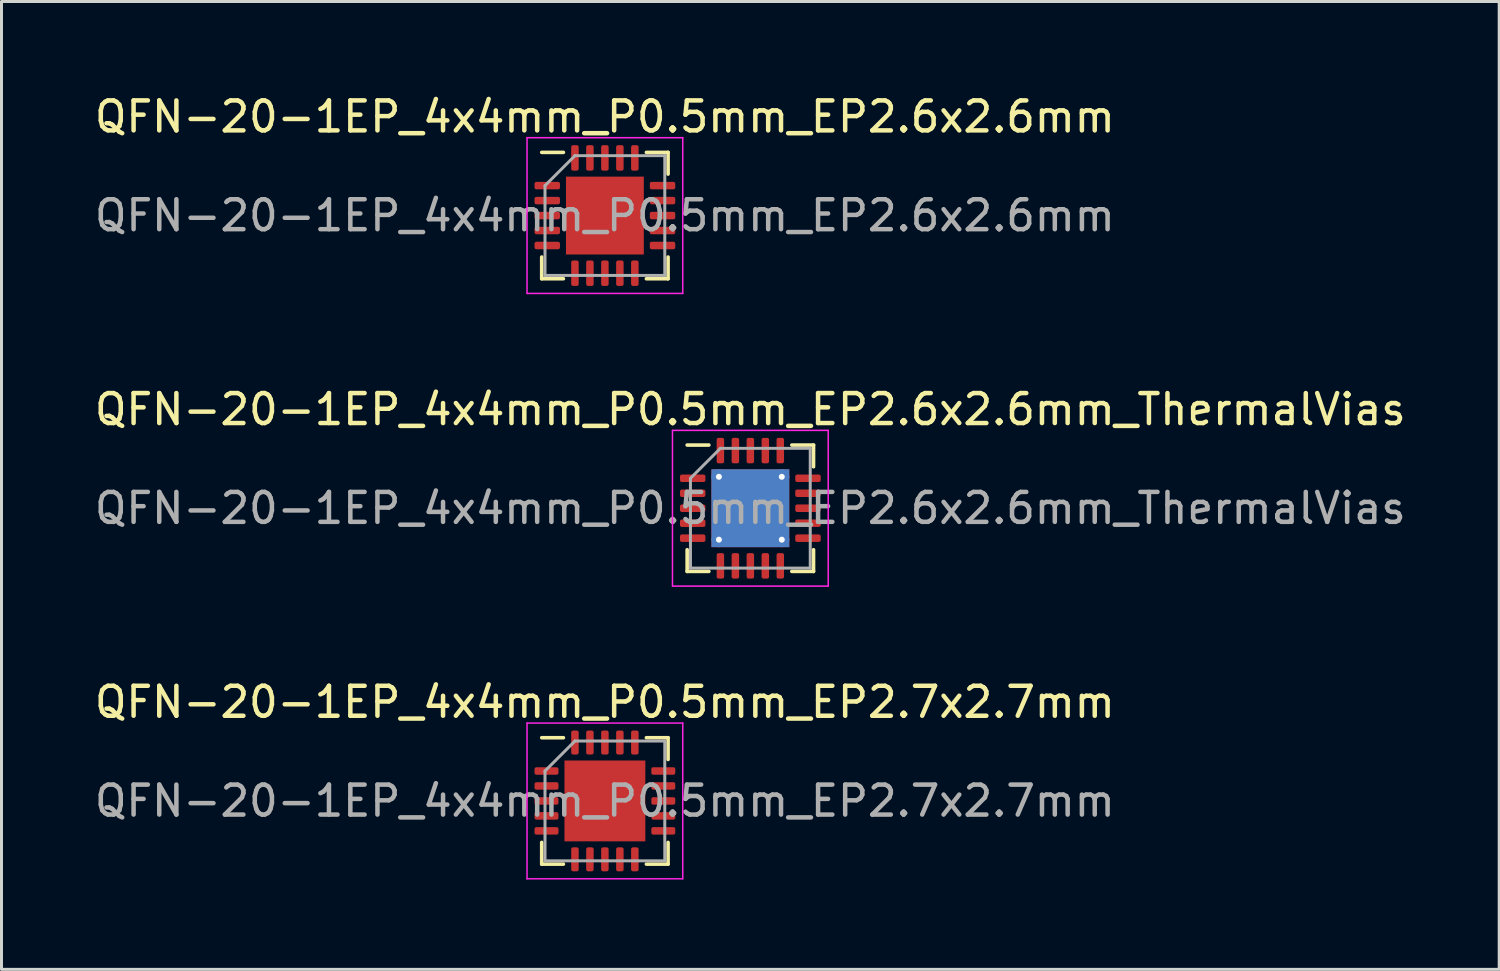
<source format=kicad_pcb>
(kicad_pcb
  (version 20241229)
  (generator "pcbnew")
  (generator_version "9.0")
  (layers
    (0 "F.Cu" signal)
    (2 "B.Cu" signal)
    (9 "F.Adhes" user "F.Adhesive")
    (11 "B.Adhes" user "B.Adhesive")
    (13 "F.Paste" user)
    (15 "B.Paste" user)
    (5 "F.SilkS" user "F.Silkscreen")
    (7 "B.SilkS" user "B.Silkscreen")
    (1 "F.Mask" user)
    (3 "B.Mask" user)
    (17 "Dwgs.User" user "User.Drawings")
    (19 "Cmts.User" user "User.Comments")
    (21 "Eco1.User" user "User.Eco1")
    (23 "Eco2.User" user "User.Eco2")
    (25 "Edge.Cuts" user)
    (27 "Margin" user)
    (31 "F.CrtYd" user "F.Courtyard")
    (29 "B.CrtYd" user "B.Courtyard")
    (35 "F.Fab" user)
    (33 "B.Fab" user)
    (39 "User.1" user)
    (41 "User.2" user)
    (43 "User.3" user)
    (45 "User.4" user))
  (footprint "QFN-20-1EP_4x4mm_P0.5mm_EP2.7x2.7mm"
    (layer "F.Cu")
    (at 17.149 23.695)
    (property "Reference" "QFN-20-1EP_4x4mm_P0.5mm_EP2.7x2.7mm" (at 0 -3.3 0) (layer "F.SilkS") (effects (font (size 1 1) (thickness 0.15))))
    (attr smd)
    (fp_line (start -2.11 2.11) (end -2.11 1.385) (stroke (width 0.12) (type solid)) (layer "F.SilkS"))
    (fp_line (start -1.385 -2.11) (end -2.11 -2.11) (stroke (width 0.12) (type solid)) (layer "F.SilkS"))
    (fp_line (start -1.385 2.11) (end -2.11 2.11) (stroke (width 0.12) (type solid)) (layer "F.SilkS"))
    (fp_line (start 1.385 -2.11) (end 2.11 -2.11) (stroke (width 0.12) (type solid)) (layer "F.SilkS"))
    (fp_line (start 1.385 2.11) (end 2.11 2.11) (stroke (width 0.12) (type solid)) (layer "F.SilkS"))
    (fp_line (start 2.11 -2.11) (end 2.11 -1.385) (stroke (width 0.12) (type solid)) (layer "F.SilkS"))
    (fp_line (start 2.11 2.11) (end 2.11 1.385) (stroke (width 0.12) (type solid)) (layer "F.SilkS"))
    (fp_line (start -2.6 -2.6) (end -2.6 2.6) (stroke (width 0.05) (type solid)) (layer "F.CrtYd"))
    (fp_line (start -2.6 2.6) (end 2.6 2.6) (stroke (width 0.05) (type solid)) (layer "F.CrtYd"))
    (fp_line (start 2.6 -2.6) (end -2.6 -2.6) (stroke (width 0.05) (type solid)) (layer "F.CrtYd"))
    (fp_line (start 2.6 2.6) (end 2.6 -2.6) (stroke (width 0.05) (type solid)) (layer "F.CrtYd"))
    (fp_line (start -2 -1) (end -1 -2) (stroke (width 0.1) (type solid)) (layer "F.Fab"))
    (fp_line (start -2 2) (end -2 -1) (stroke (width 0.1) (type solid)) (layer "F.Fab"))
    (fp_line (start -1 -2) (end 2 -2) (stroke (width 0.1) (type solid)) (layer "F.Fab"))
    (fp_line (start 2 -2) (end 2 2) (stroke (width 0.1) (type solid)) (layer "F.Fab"))
    (fp_line (start 2 2) (end -2 2) (stroke (width 0.1) (type solid)) (layer "F.Fab"))
    (fp_text user "${REFERENCE}" (at 0 0 0) (layer "F.Fab") (effects (font (size 1 1) (thickness 0.15))))
    (pad "" smd roundrect (at -0.675 -0.675) (size 1.09 1.09) (layers "F.Paste") (roundrect_rratio 0.229))
    (pad "" smd roundrect (at -0.675 0.675) (size 1.09 1.09) (layers "F.Paste") (roundrect_rratio 0.229))
    (pad "" smd roundrect (at 0.675 -0.675) (size 1.09 1.09) (layers "F.Paste") (roundrect_rratio 0.229))
    (pad "" smd roundrect (at 0.675 0.675) (size 1.09 1.09) (layers "F.Paste") (roundrect_rratio 0.229))
    (pad "1" smd roundrect (at -1.95 -1) (size 0.8 0.25) (layers "F.Cu" "F.Mask" "F.Paste") (roundrect_rratio 0.25))
    (pad "2" smd roundrect (at -1.95 -0.5) (size 0.8 0.25) (layers "F.Cu" "F.Mask" "F.Paste") (roundrect_rratio 0.25))
    (pad "3" smd roundrect (at -1.95 0) (size 0.8 0.25) (layers "F.Cu" "F.Mask" "F.Paste") (roundrect_rratio 0.25))
    (pad "4" smd roundrect (at -1.95 0.5) (size 0.8 0.25) (layers "F.Cu" "F.Mask" "F.Paste") (roundrect_rratio 0.25))
    (pad "5" smd roundrect (at -1.95 1) (size 0.8 0.25) (layers "F.Cu" "F.Mask" "F.Paste") (roundrect_rratio 0.25))
    (pad "6" smd roundrect (at -1 1.95) (size 0.25 0.8) (layers "F.Cu" "F.Mask" "F.Paste") (roundrect_rratio 0.25))
    (pad "7" smd roundrect (at -0.5 1.95) (size 0.25 0.8) (layers "F.Cu" "F.Mask" "F.Paste") (roundrect_rratio 0.25))
    (pad "8" smd roundrect (at 0 1.95) (size 0.25 0.8) (layers "F.Cu" "F.Mask" "F.Paste") (roundrect_rratio 0.25))
    (pad "9" smd roundrect (at 0.5 1.95) (size 0.25 0.8) (layers "F.Cu" "F.Mask" "F.Paste") (roundrect_rratio 0.25))
    (pad "10" smd roundrect (at 1 1.95) (size 0.25 0.8) (layers "F.Cu" "F.Mask" "F.Paste") (roundrect_rratio 0.25))
    (pad "11" smd roundrect (at 1.95 1) (size 0.8 0.25) (layers "F.Cu" "F.Mask" "F.Paste") (roundrect_rratio 0.25))
    (pad "12" smd roundrect (at 1.95 0.5) (size 0.8 0.25) (layers "F.Cu" "F.Mask" "F.Paste") (roundrect_rratio 0.25))
    (pad "13" smd roundrect (at 1.95 0) (size 0.8 0.25) (layers "F.Cu" "F.Mask" "F.Paste") (roundrect_rratio 0.25))
    (pad "14" smd roundrect (at 1.95 -0.5) (size 0.8 0.25) (layers "F.Cu" "F.Mask" "F.Paste") (roundrect_rratio 0.25))
    (pad "15" smd roundrect (at 1.95 -1) (size 0.8 0.25) (layers "F.Cu" "F.Mask" "F.Paste") (roundrect_rratio 0.25))
    (pad "16" smd roundrect (at 1 -1.95) (size 0.25 0.8) (layers "F.Cu" "F.Mask" "F.Paste") (roundrect_rratio 0.25))
    (pad "17" smd roundrect (at 0.5 -1.95) (size 0.25 0.8) (layers "F.Cu" "F.Mask" "F.Paste") (roundrect_rratio 0.25))
    (pad "18" smd roundrect (at 0 -1.95) (size 0.25 0.8) (layers "F.Cu" "F.Mask" "F.Paste") (roundrect_rratio 0.25))
    (pad "19" smd roundrect (at -0.5 -1.95) (size 0.25 0.8) (layers "F.Cu" "F.Mask" "F.Paste") (roundrect_rratio 0.25))
    (pad "20" smd roundrect (at -1 -1.95) (size 0.25 0.8) (layers "F.Cu" "F.Mask" "F.Paste") (roundrect_rratio 0.25))
    (pad "21" smd rect (at 0 0) (size 2.7 2.7) (layers "F.Cu" "F.Mask")))
  (footprint "QFN-20-1EP_4x4mm_P0.5mm_EP2.6x2.6mm"
    (layer "F.Cu")
    (at 17.149 4.148)
    (property "Reference" "QFN-20-1EP_4x4mm_P0.5mm_EP2.6x2.6mm" (at 0 -3.3 0) (layer "F.SilkS") (effects (font (size 1 1) (thickness 0.15))))
    (attr smd)
    (fp_line (start -2.11 2.11) (end -2.11 1.385) (stroke (width 0.12) (type solid)) (layer "F.SilkS"))
    (fp_line (start -1.385 -2.11) (end -2.11 -2.11) (stroke (width 0.12) (type solid)) (layer "F.SilkS"))
    (fp_line (start -1.385 2.11) (end -2.11 2.11) (stroke (width 0.12) (type solid)) (layer "F.SilkS"))
    (fp_line (start 1.385 -2.11) (end 2.11 -2.11) (stroke (width 0.12) (type solid)) (layer "F.SilkS"))
    (fp_line (start 1.385 2.11) (end 2.11 2.11) (stroke (width 0.12) (type solid)) (layer "F.SilkS"))
    (fp_line (start 2.11 -2.11) (end 2.11 -1.385) (stroke (width 0.12) (type solid)) (layer "F.SilkS"))
    (fp_line (start 2.11 2.11) (end 2.11 1.385) (stroke (width 0.12) (type solid)) (layer "F.SilkS"))
    (fp_line (start -2.6 -2.6) (end -2.6 2.6) (stroke (width 0.05) (type solid)) (layer "F.CrtYd"))
    (fp_line (start -2.6 2.6) (end 2.6 2.6) (stroke (width 0.05) (type solid)) (layer "F.CrtYd"))
    (fp_line (start 2.6 -2.6) (end -2.6 -2.6) (stroke (width 0.05) (type solid)) (layer "F.CrtYd"))
    (fp_line (start 2.6 2.6) (end 2.6 -2.6) (stroke (width 0.05) (type solid)) (layer "F.CrtYd"))
    (fp_line (start -2 -1) (end -1 -2) (stroke (width 0.1) (type solid)) (layer "F.Fab"))
    (fp_line (start -2 2) (end -2 -1) (stroke (width 0.1) (type solid)) (layer "F.Fab"))
    (fp_line (start -1 -2) (end 2 -2) (stroke (width 0.1) (type solid)) (layer "F.Fab"))
    (fp_line (start 2 -2) (end 2 2) (stroke (width 0.1) (type solid)) (layer "F.Fab"))
    (fp_line (start 2 2) (end -2 2) (stroke (width 0.1) (type solid)) (layer "F.Fab"))
    (fp_text user "${REFERENCE}" (at 0 0 0) (layer "F.Fab") (effects (font (size 1 1) (thickness 0.15))))
    (pad "" smd roundrect (at -0.65 -0.65) (size 1.05 1.05) (layers "F.Paste") (roundrect_rratio 0.238))
    (pad "" smd roundrect (at -0.65 0.65) (size 1.05 1.05) (layers "F.Paste") (roundrect_rratio 0.238))
    (pad "" smd roundrect (at 0.65 -0.65) (size 1.05 1.05) (layers "F.Paste") (roundrect_rratio 0.238))
    (pad "" smd roundrect (at 0.65 0.65) (size 1.05 1.05) (layers "F.Paste") (roundrect_rratio 0.238))
    (pad "1" smd roundrect (at -1.925 -1) (size 0.85 0.25) (layers "F.Cu" "F.Mask" "F.Paste") (roundrect_rratio 0.25))
    (pad "2" smd roundrect (at -1.925 -0.5) (size 0.85 0.25) (layers "F.Cu" "F.Mask" "F.Paste") (roundrect_rratio 0.25))
    (pad "3" smd roundrect (at -1.925 0) (size 0.85 0.25) (layers "F.Cu" "F.Mask" "F.Paste") (roundrect_rratio 0.25))
    (pad "4" smd roundrect (at -1.925 0.5) (size 0.85 0.25) (layers "F.Cu" "F.Mask" "F.Paste") (roundrect_rratio 0.25))
    (pad "5" smd roundrect (at -1.925 1) (size 0.85 0.25) (layers "F.Cu" "F.Mask" "F.Paste") (roundrect_rratio 0.25))
    (pad "6" smd roundrect (at -1 1.925) (size 0.25 0.85) (layers "F.Cu" "F.Mask" "F.Paste") (roundrect_rratio 0.25))
    (pad "7" smd roundrect (at -0.5 1.925) (size 0.25 0.85) (layers "F.Cu" "F.Mask" "F.Paste") (roundrect_rratio 0.25))
    (pad "8" smd roundrect (at 0 1.925) (size 0.25 0.85) (layers "F.Cu" "F.Mask" "F.Paste") (roundrect_rratio 0.25))
    (pad "9" smd roundrect (at 0.5 1.925) (size 0.25 0.85) (layers "F.Cu" "F.Mask" "F.Paste") (roundrect_rratio 0.25))
    (pad "10" smd roundrect (at 1 1.925) (size 0.25 0.85) (layers "F.Cu" "F.Mask" "F.Paste") (roundrect_rratio 0.25))
    (pad "11" smd roundrect (at 1.925 1) (size 0.85 0.25) (layers "F.Cu" "F.Mask" "F.Paste") (roundrect_rratio 0.25))
    (pad "12" smd roundrect (at 1.925 0.5) (size 0.85 0.25) (layers "F.Cu" "F.Mask" "F.Paste") (roundrect_rratio 0.25))
    (pad "13" smd roundrect (at 1.925 0) (size 0.85 0.25) (layers "F.Cu" "F.Mask" "F.Paste") (roundrect_rratio 0.25))
    (pad "14" smd roundrect (at 1.925 -0.5) (size 0.85 0.25) (layers "F.Cu" "F.Mask" "F.Paste") (roundrect_rratio 0.25))
    (pad "15" smd roundrect (at 1.925 -1) (size 0.85 0.25) (layers "F.Cu" "F.Mask" "F.Paste") (roundrect_rratio 0.25))
    (pad "16" smd roundrect (at 1 -1.925) (size 0.25 0.85) (layers "F.Cu" "F.Mask" "F.Paste") (roundrect_rratio 0.25))
    (pad "17" smd roundrect (at 0.5 -1.925) (size 0.25 0.85) (layers "F.Cu" "F.Mask" "F.Paste") (roundrect_rratio 0.25))
    (pad "18" smd roundrect (at 0 -1.925) (size 0.25 0.85) (layers "F.Cu" "F.Mask" "F.Paste") (roundrect_rratio 0.25))
    (pad "19" smd roundrect (at -0.5 -1.925) (size 0.25 0.85) (layers "F.Cu" "F.Mask" "F.Paste") (roundrect_rratio 0.25))
    (pad "20" smd roundrect (at -1 -1.925) (size 0.25 0.85) (layers "F.Cu" "F.Mask" "F.Paste") (roundrect_rratio 0.25))
    (pad "21" smd rect (at 0 0) (size 2.6 2.6) (layers "F.Cu" "F.Mask")))
  (footprint "QFN-20-1EP_4x4mm_P0.5mm_EP2.6x2.6mm_ThermalVias"
    (layer "F.Cu")
    (at 22.006 13.921)
    (property "Reference" "QFN-20-1EP_4x4mm_P0.5mm_EP2.6x2.6mm_ThermalVias" (at 0 -3.3 0) (layer "F.SilkS") (effects (font (size 1 1) (thickness 0.15))))
    (attr smd)
    (fp_line (start -2.11 2.11) (end -2.11 1.385) (stroke (width 0.12) (type solid)) (layer "F.SilkS"))
    (fp_line (start -1.385 -2.11) (end -2.11 -2.11) (stroke (width 0.12) (type solid)) (layer "F.SilkS"))
    (fp_line (start -1.385 2.11) (end -2.11 2.11) (stroke (width 0.12) (type solid)) (layer "F.SilkS"))
    (fp_line (start 1.385 -2.11) (end 2.11 -2.11) (stroke (width 0.12) (type solid)) (layer "F.SilkS"))
    (fp_line (start 1.385 2.11) (end 2.11 2.11) (stroke (width 0.12) (type solid)) (layer "F.SilkS"))
    (fp_line (start 2.11 -2.11) (end 2.11 -1.385) (stroke (width 0.12) (type solid)) (layer "F.SilkS"))
    (fp_line (start 2.11 2.11) (end 2.11 1.385) (stroke (width 0.12) (type solid)) (layer "F.SilkS"))
    (fp_line (start -2.6 -2.6) (end -2.6 2.6) (stroke (width 0.05) (type solid)) (layer "F.CrtYd"))
    (fp_line (start -2.6 2.6) (end 2.6 2.6) (stroke (width 0.05) (type solid)) (layer "F.CrtYd"))
    (fp_line (start 2.6 -2.6) (end -2.6 -2.6) (stroke (width 0.05) (type solid)) (layer "F.CrtYd"))
    (fp_line (start 2.6 2.6) (end 2.6 -2.6) (stroke (width 0.05) (type solid)) (layer "F.CrtYd"))
    (fp_line (start -2 -1) (end -1 -2) (stroke (width 0.1) (type solid)) (layer "F.Fab"))
    (fp_line (start -2 2) (end -2 -1) (stroke (width 0.1) (type solid)) (layer "F.Fab"))
    (fp_line (start -1 -2) (end 2 -2) (stroke (width 0.1) (type solid)) (layer "F.Fab"))
    (fp_line (start 2 -2) (end 2 2) (stroke (width 0.1) (type solid)) (layer "F.Fab"))
    (fp_line (start 2 2) (end -2 2) (stroke (width 0.1) (type solid)) (layer "F.Fab"))
    (fp_text user "${REFERENCE}" (at 0 0 0) (layer "F.Fab") (effects (font (size 1 1) (thickness 0.15))))
    (pad "" smd roundrect (at -0.65 -0.65) (size 1.13 1.13) (layers "F.Paste") (roundrect_rratio 0.221))
    (pad "" smd roundrect (at -0.65 0.65) (size 1.13 1.13) (layers "F.Paste") (roundrect_rratio 0.221))
    (pad "" smd roundrect (at 0.65 -0.65) (size 1.13 1.13) (layers "F.Paste") (roundrect_rratio 0.221))
    (pad "" smd roundrect (at 0.65 0.65) (size 1.13 1.13) (layers "F.Paste") (roundrect_rratio 0.221))
    (pad "1" smd roundrect (at -1.925 -1) (size 0.85 0.25) (layers "F.Cu" "F.Mask" "F.Paste") (roundrect_rratio 0.25))
    (pad "2" smd roundrect (at -1.925 -0.5) (size 0.85 0.25) (layers "F.Cu" "F.Mask" "F.Paste") (roundrect_rratio 0.25))
    (pad "3" smd roundrect (at -1.925 0) (size 0.85 0.25) (layers "F.Cu" "F.Mask" "F.Paste") (roundrect_rratio 0.25))
    (pad "4" smd roundrect (at -1.925 0.5) (size 0.85 0.25) (layers "F.Cu" "F.Mask" "F.Paste") (roundrect_rratio 0.25))
    (pad "5" smd roundrect (at -1.925 1) (size 0.85 0.25) (layers "F.Cu" "F.Mask" "F.Paste") (roundrect_rratio 0.25))
    (pad "6" smd roundrect (at -1 1.925) (size 0.25 0.85) (layers "F.Cu" "F.Mask" "F.Paste") (roundrect_rratio 0.25))
    (pad "7" smd roundrect (at -0.5 1.925) (size 0.25 0.85) (layers "F.Cu" "F.Mask" "F.Paste") (roundrect_rratio 0.25))
    (pad "8" smd roundrect (at 0 1.925) (size 0.25 0.85) (layers "F.Cu" "F.Mask" "F.Paste") (roundrect_rratio 0.25))
    (pad "9" smd roundrect (at 0.5 1.925) (size 0.25 0.85) (layers "F.Cu" "F.Mask" "F.Paste") (roundrect_rratio 0.25))
    (pad "10" smd roundrect (at 1 1.925) (size 0.25 0.85) (layers "F.Cu" "F.Mask" "F.Paste") (roundrect_rratio 0.25))
    (pad "11" smd roundrect (at 1.925 1) (size 0.85 0.25) (layers "F.Cu" "F.Mask" "F.Paste") (roundrect_rratio 0.25))
    (pad "12" smd roundrect (at 1.925 0.5) (size 0.85 0.25) (layers "F.Cu" "F.Mask" "F.Paste") (roundrect_rratio 0.25))
    (pad "13" smd roundrect (at 1.925 0) (size 0.85 0.25) (layers "F.Cu" "F.Mask" "F.Paste") (roundrect_rratio 0.25))
    (pad "14" smd roundrect (at 1.925 -0.5) (size 0.85 0.25) (layers "F.Cu" "F.Mask" "F.Paste") (roundrect_rratio 0.25))
    (pad "15" smd roundrect (at 1.925 -1) (size 0.85 0.25) (layers "F.Cu" "F.Mask" "F.Paste") (roundrect_rratio 0.25))
    (pad "16" smd roundrect (at 1 -1.925) (size 0.25 0.85) (layers "F.Cu" "F.Mask" "F.Paste") (roundrect_rratio 0.25))
    (pad "17" smd roundrect (at 0.5 -1.925) (size 0.25 0.85) (layers "F.Cu" "F.Mask" "F.Paste") (roundrect_rratio 0.25))
    (pad "18" smd roundrect (at 0 -1.925) (size 0.25 0.85) (layers "F.Cu" "F.Mask" "F.Paste") (roundrect_rratio 0.25))
    (pad "19" smd roundrect (at -0.5 -1.925) (size 0.25 0.85) (layers "F.Cu" "F.Mask" "F.Paste") (roundrect_rratio 0.25))
    (pad "20" smd roundrect (at -1 -1.925) (size 0.25 0.85) (layers "F.Cu" "F.Mask" "F.Paste") (roundrect_rratio 0.25))
    (pad "21" thru_hole circle (at -1.05 -1.05) (size 0.5 0.5) (drill 0.2) (layers "*.Cu"))
    (pad "21" thru_hole circle (at -1.05 1.05) (size 0.5 0.5) (drill 0.2) (layers "*.Cu"))
    (pad "21" smd rect (at 0 0) (size 2.6 2.6) (layers "F.Cu" "F.Mask"))
    (pad "21" smd rect (at 0 0) (size 2.6 2.6) (layers "B.Cu"))
    (pad "21" thru_hole circle (at 1.05 -1.05) (size 0.5 0.5) (drill 0.2) (layers "*.Cu"))
    (pad "21" thru_hole circle (at 1.05 1.05) (size 0.5 0.5) (drill 0.2) (layers "*.Cu")))
  (gr_rect
    (start -3 -3)
    (end 47.012 29.32)
    (stroke (width 0.1) (type default))
    (fill no)
    (layer "Edge.Cuts")))
</source>
